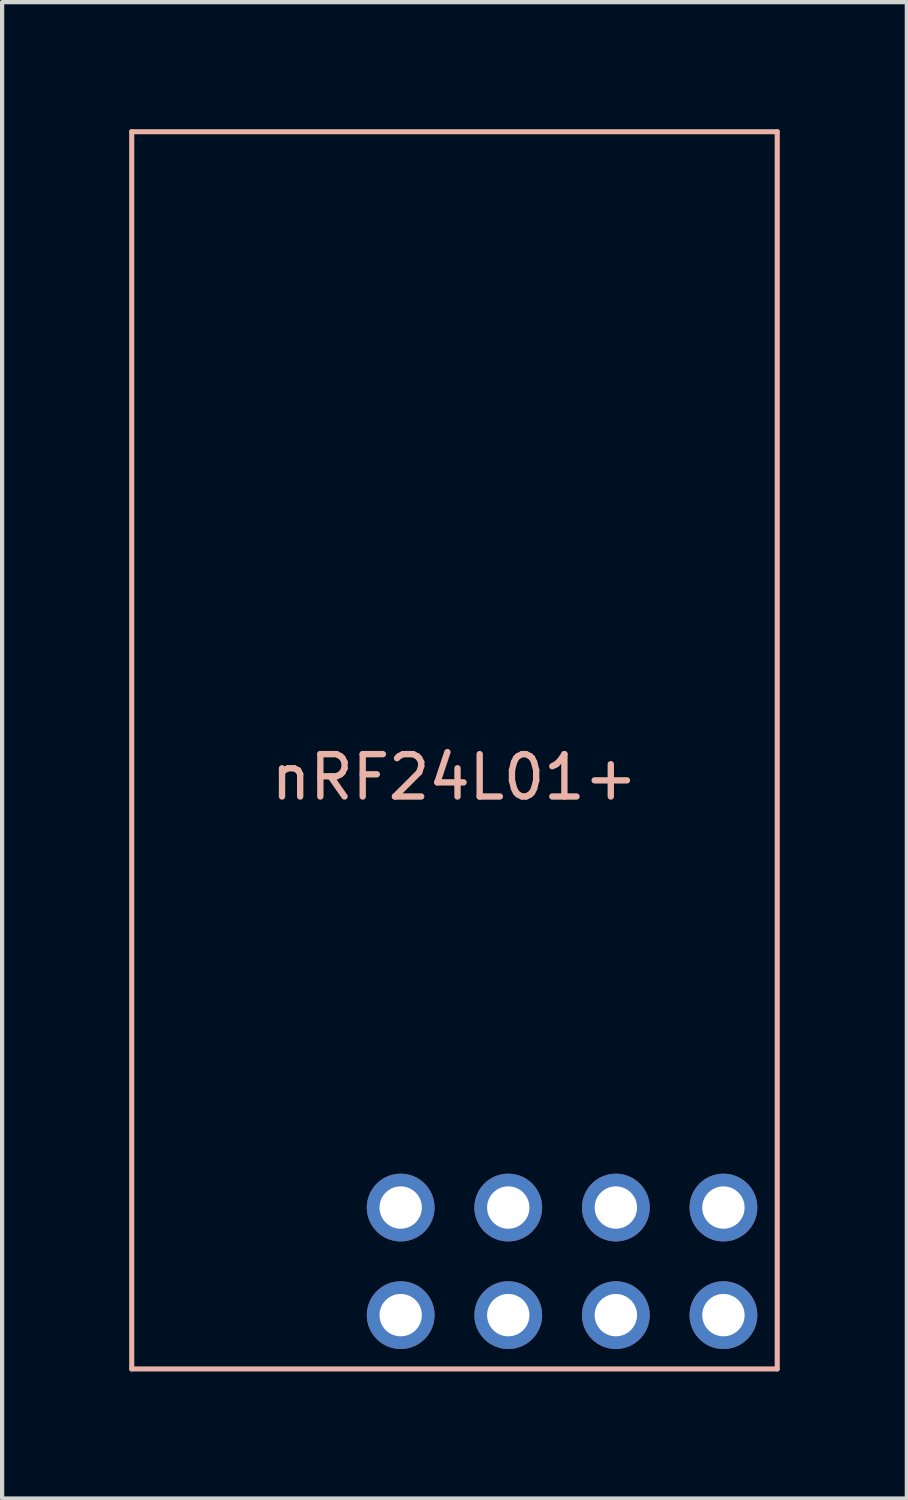
<source format=kicad_pcb>
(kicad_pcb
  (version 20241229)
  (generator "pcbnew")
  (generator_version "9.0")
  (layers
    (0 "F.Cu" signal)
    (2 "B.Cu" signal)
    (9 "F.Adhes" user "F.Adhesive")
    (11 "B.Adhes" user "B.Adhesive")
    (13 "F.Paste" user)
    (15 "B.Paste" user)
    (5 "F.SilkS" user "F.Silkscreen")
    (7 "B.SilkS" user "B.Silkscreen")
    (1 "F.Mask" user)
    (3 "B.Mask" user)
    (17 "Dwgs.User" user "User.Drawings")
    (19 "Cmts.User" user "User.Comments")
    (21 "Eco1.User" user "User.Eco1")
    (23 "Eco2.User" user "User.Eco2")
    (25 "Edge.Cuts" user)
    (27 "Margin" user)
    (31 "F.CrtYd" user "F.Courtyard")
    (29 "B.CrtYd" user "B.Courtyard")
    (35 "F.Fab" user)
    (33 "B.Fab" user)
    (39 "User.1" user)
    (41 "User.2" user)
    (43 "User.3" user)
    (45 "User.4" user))
  (footprint "nRF24L01+"
    (layer "F.Cu")
    (at 7.68 16.57)
    (property "Reference" "nRF24L01+" (at 0 -1.27 0) (layer "B.SilkS") (effects (font (size 1 1) (thickness 0.15))))
    (attr through_hole)
    (fp_line (start -7.62 -16.51) (end 7.62 -16.51) (stroke (width 0.12) (type solid)) (layer "B.SilkS"))
    (fp_line (start -7.62 12.7) (end -7.62 -16.51) (stroke (width 0.12) (type solid)) (layer "B.SilkS"))
    (fp_line (start 7.62 -16.51) (end 7.62 12.7) (stroke (width 0.12) (type solid)) (layer "B.SilkS"))
    (fp_line (start 7.62 12.7) (end -7.62 12.7) (stroke (width 0.12) (type solid)) (layer "B.SilkS"))
    (pad "1" thru_hole circle (at 6.35 8.89) (size 1.6 1.6) (drill 1) (layers "*.Cu" "*.Mask"))
    (pad "2" thru_hole circle (at 3.81 8.89) (size 1.6 1.6) (drill 1) (layers "*.Cu" "*.Mask"))
    (pad "3" thru_hole circle (at 1.27 8.89) (size 1.6 1.6) (drill 1) (layers "*.Cu" "*.Mask"))
    (pad "4" thru_hole circle (at -1.27 8.89) (size 1.6 1.6) (drill 1) (layers "*.Cu" "*.Mask"))
    (pad "5" thru_hole circle (at 6.35 11.43) (size 1.6 1.6) (drill 1) (layers "*.Cu" "*.Mask"))
    (pad "6" thru_hole circle (at 3.81 11.43) (size 1.6 1.6) (drill 1) (layers "*.Cu" "*.Mask"))
    (pad "7" thru_hole circle (at 1.27 11.43) (size 1.6 1.6) (drill 1) (layers "*.Cu" "*.Mask"))
    (pad "8" thru_hole circle (at -1.27 11.43) (size 1.6 1.6) (drill 1) (layers "*.Cu" "*.Mask")))
  (gr_rect
    (start -3 -3)
    (end 18.36 32.33)
    (stroke (width 0.1) (type default))
    (fill no)
    (layer "Edge.Cuts")))
</source>
